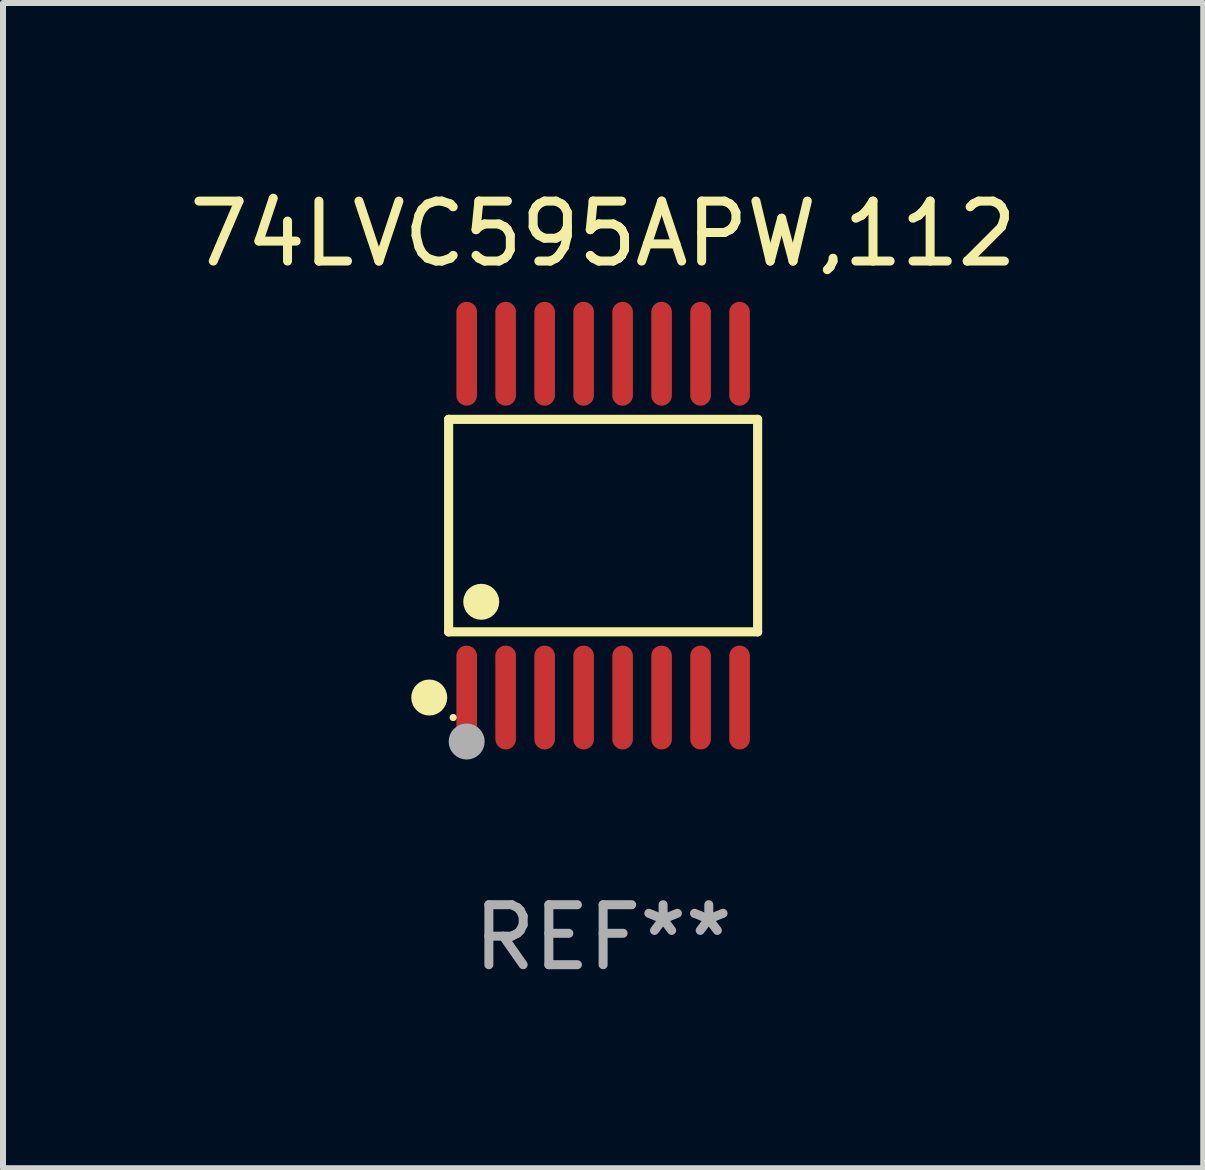
<source format=kicad_pcb>
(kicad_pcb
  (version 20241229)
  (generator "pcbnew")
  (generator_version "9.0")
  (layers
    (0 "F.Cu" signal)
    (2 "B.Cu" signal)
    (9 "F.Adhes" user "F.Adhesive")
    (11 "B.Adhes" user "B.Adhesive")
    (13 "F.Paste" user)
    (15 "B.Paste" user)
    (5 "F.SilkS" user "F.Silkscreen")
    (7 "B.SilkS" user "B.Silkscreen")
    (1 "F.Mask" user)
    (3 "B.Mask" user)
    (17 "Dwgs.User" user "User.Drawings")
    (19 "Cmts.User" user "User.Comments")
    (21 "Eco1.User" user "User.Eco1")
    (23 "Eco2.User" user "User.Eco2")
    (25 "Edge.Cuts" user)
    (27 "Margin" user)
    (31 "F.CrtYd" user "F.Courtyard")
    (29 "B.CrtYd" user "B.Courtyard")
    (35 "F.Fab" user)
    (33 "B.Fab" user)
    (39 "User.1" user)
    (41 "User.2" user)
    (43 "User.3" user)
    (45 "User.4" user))
  (footprint "74LVC595APW,112"
    (layer "F.Cu")
    (at 7.006 5.714)
    (property "Reference" "74LVC595APW,112" (at 0 -4.866 0) (layer "F.SilkS") (effects (font (size 1 1) (thickness 0.15))))
    (attr through_hole)
    (fp_line (start -2.576 -1.772) (end 2.576 -1.772) (stroke (width 0.152) (type solid)) (layer "F.SilkS"))
    (fp_line (start -2.576 1.771) (end -2.576 -1.772) (stroke (width 0.152) (type solid)) (layer "F.SilkS"))
    (fp_line (start 2.576 -1.772) (end 2.576 1.771) (stroke (width 0.152) (type solid)) (layer "F.SilkS"))
    (fp_line (start 2.576 1.771) (end -2.576 1.771) (stroke (width 0.152) (type solid)) (layer "F.SilkS"))
    (fp_circle (center -2.899 2.866) (end -2.749 2.866) (stroke (width 0.3) (type solid)) (fill no) (layer "F.SilkS"))
    (fp_circle (center -2.5 3.2) (end -2.47 3.2) (stroke (width 0.06) (type solid)) (fill no) (layer "F.SilkS"))
    (fp_circle (center -2.032 1.27) (end -1.882 1.27) (stroke (width 0.3) (type solid)) (fill no) (layer "F.SilkS"))
    (fp_circle (center -2.275 3.6) (end -2.125 3.6) (stroke (width 0.3) (type solid)) (fill no) (layer "F.Fab"))
    (fp_text user "REF**" (at 0 6.866 0) (layer "F.Fab") (effects (font (size 1 1) (thickness 0.15))))
    (pad "1" smd oval (at -2.275 2.866) (size 0.343 1.731) (layers "F.Cu" "F.Mask" "F.Paste"))
    (pad "2" smd oval (at -1.625 2.866) (size 0.343 1.731) (layers "F.Cu" "F.Mask" "F.Paste"))
    (pad "3" smd oval (at -0.975 2.866) (size 0.343 1.731) (layers "F.Cu" "F.Mask" "F.Paste"))
    (pad "4" smd oval (at -0.325 2.866) (size 0.343 1.731) (layers "F.Cu" "F.Mask" "F.Paste"))
    (pad "5" smd oval (at 0.325 2.866) (size 0.343 1.731) (layers "F.Cu" "F.Mask" "F.Paste"))
    (pad "6" smd oval (at 0.975 2.866) (size 0.343 1.731) (layers "F.Cu" "F.Mask" "F.Paste"))
    (pad "7" smd oval (at 1.625 2.866) (size 0.343 1.731) (layers "F.Cu" "F.Mask" "F.Paste"))
    (pad "8" smd oval (at 2.275 2.866) (size 0.343 1.731) (layers "F.Cu" "F.Mask" "F.Paste"))
    (pad "9" smd oval (at 2.275 -2.866) (size 0.343 1.731) (layers "F.Cu" "F.Mask" "F.Paste"))
    (pad "10" smd oval (at 1.625 -2.866) (size 0.343 1.731) (layers "F.Cu" "F.Mask" "F.Paste"))
    (pad "11" smd oval (at 0.975 -2.866) (size 0.343 1.731) (layers "F.Cu" "F.Mask" "F.Paste"))
    (pad "12" smd oval (at 0.325 -2.866) (size 0.343 1.731) (layers "F.Cu" "F.Mask" "F.Paste"))
    (pad "13" smd oval (at -0.325 -2.866) (size 0.343 1.731) (layers "F.Cu" "F.Mask" "F.Paste"))
    (pad "14" smd oval (at -0.975 -2.866) (size 0.343 1.731) (layers "F.Cu" "F.Mask" "F.Paste"))
    (pad "15" smd oval (at -1.625 -2.866) (size 0.343 1.731) (layers "F.Cu" "F.Mask" "F.Paste"))
    (pad "16" smd oval (at -2.275 -2.866) (size 0.343 1.731) (layers "F.Cu" "F.Mask" "F.Paste")))
  (gr_rect
    (start -3 -3)
    (end 17.012 16.428)
    (stroke (width 0.1) (type default))
    (fill no)
    (layer "Edge.Cuts")))
</source>
